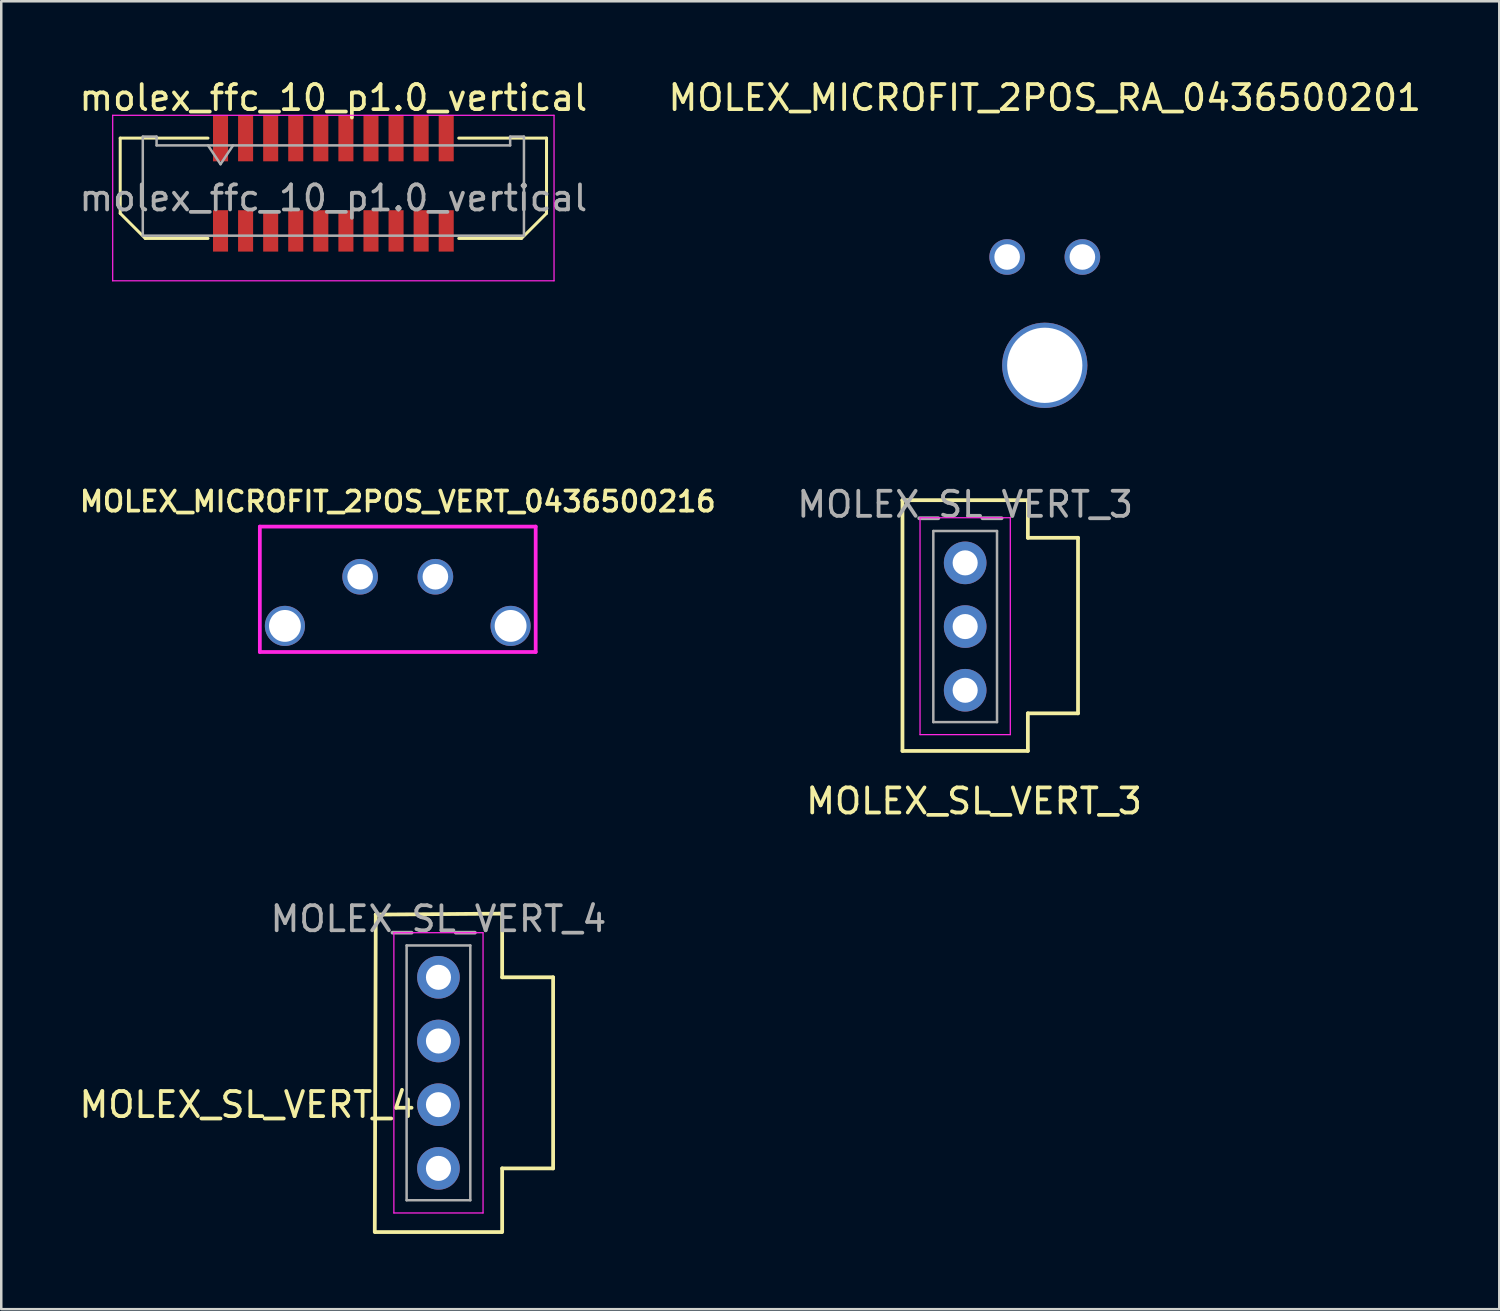
<source format=kicad_pcb>
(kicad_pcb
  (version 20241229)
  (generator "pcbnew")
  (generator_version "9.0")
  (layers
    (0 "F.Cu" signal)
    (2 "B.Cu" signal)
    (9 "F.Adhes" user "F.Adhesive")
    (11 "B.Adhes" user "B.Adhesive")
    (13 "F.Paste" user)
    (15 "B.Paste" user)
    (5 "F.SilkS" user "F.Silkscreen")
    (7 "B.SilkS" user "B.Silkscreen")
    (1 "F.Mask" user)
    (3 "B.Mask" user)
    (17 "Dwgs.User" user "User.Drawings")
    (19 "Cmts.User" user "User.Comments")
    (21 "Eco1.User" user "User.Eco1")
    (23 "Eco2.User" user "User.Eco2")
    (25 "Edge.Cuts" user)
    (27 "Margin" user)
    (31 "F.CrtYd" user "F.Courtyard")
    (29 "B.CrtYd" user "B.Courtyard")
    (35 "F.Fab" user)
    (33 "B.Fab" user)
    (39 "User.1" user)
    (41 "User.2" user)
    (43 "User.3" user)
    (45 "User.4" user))
  (footprint "molex_ffc_10_p1.0_vertical"
    (layer "F.Cu")
    (at 10.244 3.458)
    (property "Reference" "molex_ffc_10_p1.0_vertical" (at 0 -2.61 0) (layer "F.SilkS") (effects (font (size 1 1) (thickness 0.15))))
    (attr smd)
    (fp_line (start -8.5 -1) (end -8.5 2) (stroke (width 0.12) (type solid)) (layer "F.SilkS"))
    (fp_line (start -8.5 2) (end -7.5 3) (stroke (width 0.12) (type solid)) (layer "F.SilkS"))
    (fp_line (start -7.5 3) (end -5 3) (stroke (width 0.12) (type solid)) (layer "F.SilkS"))
    (fp_line (start -5 -1) (end -8.5 -1) (stroke (width 0.12) (type solid)) (layer "F.SilkS"))
    (fp_line (start 5 3) (end 7.5 3) (stroke (width 0.12) (type solid)) (layer "F.SilkS"))
    (fp_line (start 7.5 3) (end 8.5 2) (stroke (width 0.12) (type solid)) (layer "F.SilkS"))
    (fp_line (start 8.5 -1) (end 5 -1) (stroke (width 0.12) (type solid)) (layer "F.SilkS"))
    (fp_line (start 8.5 2) (end 8.5 -1) (stroke (width 0.12) (type solid)) (layer "F.SilkS"))
    (fp_line (start -8.8 -1.91) (end -8.8 4.69) (stroke (width 0.05) (type solid)) (layer "F.CrtYd"))
    (fp_line (start -8.8 4.69) (end 8.8 4.69) (stroke (width 0.05) (type solid)) (layer "F.CrtYd"))
    (fp_line (start 8.8 -1.91) (end -8.8 -1.91) (stroke (width 0.05) (type solid)) (layer "F.CrtYd"))
    (fp_line (start 8.8 4.69) (end 8.8 -1.91) (stroke (width 0.05) (type solid)) (layer "F.CrtYd"))
    (fp_line (start -7.6 -1.06) (end -7.6 2.89) (stroke (width 0.1) (type solid)) (layer "F.Fab"))
    (fp_line (start -7.6 2.89) (end 7.6 2.89) (stroke (width 0.1) (type solid)) (layer "F.Fab"))
    (fp_line (start -7.05 -1.06) (end -7.6 -1.06) (stroke (width 0.1) (type solid)) (layer "F.Fab"))
    (fp_line (start -7.05 -0.71) (end -7.05 -1.06) (stroke (width 0.1) (type solid)) (layer "F.Fab"))
    (fp_line (start -5 -0.71) (end -4.5 0.04) (stroke (width 0.1) (type solid)) (layer "F.Fab"))
    (fp_line (start -4.5 0.04) (end -4 -0.71) (stroke (width 0.1) (type solid)) (layer "F.Fab"))
    (fp_line (start 7.05 -1.06) (end 7.05 -0.71) (stroke (width 0.1) (type solid)) (layer "F.Fab"))
    (fp_line (start 7.05 -0.71) (end -7.05 -0.71) (stroke (width 0.1) (type solid)) (layer "F.Fab"))
    (fp_line (start 7.6 -1.06) (end 7.05 -1.06) (stroke (width 0.1) (type solid)) (layer "F.Fab"))
    (fp_line (start 7.6 2.89) (end 7.6 -1.06) (stroke (width 0.1) (type solid)) (layer "F.Fab"))
    (fp_text user "${REFERENCE}" (at 0 1.39 0) (layer "F.Fab") (effects (font (size 1 1) (thickness 0.15))))
    (pad "1" smd rect (at -4.5 -1) (size 0.6 1.85) (layers "F.Cu" "F.Mask" "F.Paste"))
    (pad "1" smd rect (at -4.5 2.7) (size 0.6 1.65) (layers "F.Cu" "F.Mask" "F.Paste"))
    (pad "2" smd rect (at -3.5 -1) (size 0.6 1.85) (layers "F.Cu" "F.Mask" "F.Paste"))
    (pad "2" smd rect (at -3.5 2.7) (size 0.6 1.65) (layers "F.Cu" "F.Mask" "F.Paste"))
    (pad "3" smd rect (at -2.5 -1) (size 0.6 1.85) (layers "F.Cu" "F.Mask" "F.Paste"))
    (pad "3" smd rect (at -2.5 2.7) (size 0.6 1.65) (layers "F.Cu" "F.Mask" "F.Paste"))
    (pad "4" smd rect (at -1.5 -1) (size 0.6 1.85) (layers "F.Cu" "F.Mask" "F.Paste"))
    (pad "4" smd rect (at -1.5 2.7) (size 0.6 1.65) (layers "F.Cu" "F.Mask" "F.Paste"))
    (pad "5" smd rect (at -0.5 -1) (size 0.6 1.85) (layers "F.Cu" "F.Mask" "F.Paste"))
    (pad "5" smd rect (at -0.5 2.7) (size 0.6 1.65) (layers "F.Cu" "F.Mask" "F.Paste"))
    (pad "6" smd rect (at 0.5 -1) (size 0.6 1.85) (layers "F.Cu" "F.Mask" "F.Paste"))
    (pad "6" smd rect (at 0.5 2.7) (size 0.6 1.65) (layers "F.Cu" "F.Mask" "F.Paste"))
    (pad "7" smd rect (at 1.5 -1) (size 0.6 1.85) (layers "F.Cu" "F.Mask" "F.Paste"))
    (pad "7" smd rect (at 1.5 2.7) (size 0.6 1.65) (layers "F.Cu" "F.Mask" "F.Paste"))
    (pad "8" smd rect (at 2.5 -1) (size 0.6 1.85) (layers "F.Cu" "F.Mask" "F.Paste"))
    (pad "8" smd rect (at 2.5 2.7) (size 0.6 1.65) (layers "F.Cu" "F.Mask" "F.Paste"))
    (pad "9" smd rect (at 3.5 -1) (size 0.6 1.85) (layers "F.Cu" "F.Mask" "F.Paste"))
    (pad "9" smd rect (at 3.5 2.7) (size 0.6 1.65) (layers "F.Cu" "F.Mask" "F.Paste"))
    (pad "10" smd rect (at 4.5 -1) (size 0.6 1.85) (layers "F.Cu" "F.Mask" "F.Paste"))
    (pad "10" smd rect (at 4.5 2.7) (size 0.6 1.65) (layers "F.Cu" "F.Mask" "F.Paste")))
  (footprint "MOLEX_SL_VERT_4"
    (layer "F.Cu")
    (at 14.435 35.923)
    (property "Reference" "MOLEX_SL_VERT_4" (at -7.62 5.08 0) (layer "F.SilkS") (effects (font (size 1 1) (thickness 0.15))))
    (attr through_hole)
    (fp_line (start -2.54 10.16) (end -2.5 -2.5) (stroke (width 0.15) (type solid)) (layer "F.SilkS"))
    (fp_line (start -2.5 -2.5) (end -2.5 -2.5) (stroke (width 0.15) (type solid)) (layer "F.SilkS"))
    (fp_line (start -2.5 -2.5) (end 2.54 -2.54) (stroke (width 0.15) (type solid)) (layer "F.SilkS"))
    (fp_line (start 2.5 10.16) (end -2.5 10.16) (stroke (width 0.15) (type solid)) (layer "F.SilkS"))
    (fp_line (start 2.54 -2.54) (end 2.54 0) (stroke (width 0.15) (type solid)) (layer "F.SilkS"))
    (fp_line (start 2.54 0) (end 4.572 0) (stroke (width 0.15) (type solid)) (layer "F.SilkS"))
    (fp_line (start 2.54 7.62) (end 2.54 10.16) (stroke (width 0.15) (type solid)) (layer "F.SilkS"))
    (fp_line (start 4.572 0) (end 4.572 7.62) (stroke (width 0.15) (type solid)) (layer "F.SilkS"))
    (fp_line (start 4.572 7.62) (end 2.54 7.62) (stroke (width 0.15) (type solid)) (layer "F.SilkS"))
    (fp_line (start -1.778 -1.778) (end -1.778 9.398) (stroke (width 0.05) (type solid)) (layer "F.CrtYd"))
    (fp_line (start -1.778 9.398) (end 1.778 9.398) (stroke (width 0.05) (type solid)) (layer "F.CrtYd"))
    (fp_line (start 1.778 -1.778) (end -1.778 -1.778) (stroke (width 0.05) (type solid)) (layer "F.CrtYd"))
    (fp_line (start 1.778 9.398) (end 1.778 -1.778) (stroke (width 0.05) (type solid)) (layer "F.CrtYd"))
    (fp_line (start -1.27 -1.27) (end -1.27 8.89) (stroke (width 0.1) (type solid)) (layer "F.Fab"))
    (fp_line (start -1.27 8.89) (end 1.27 8.89) (stroke (width 0.1) (type solid)) (layer "F.Fab"))
    (fp_line (start 1.27 -1.27) (end -1.27 -1.27) (stroke (width 0.1) (type solid)) (layer "F.Fab"))
    (fp_line (start 1.27 8.89) (end 1.27 -1.27) (stroke (width 0.1) (type solid)) (layer "F.Fab"))
    (fp_text user "${REFERENCE}" (at 0 -2.33 0) (layer "F.Fab") (effects (font (size 1 1) (thickness 0.15))))
    (pad "1" thru_hole oval (at 0 7.62) (size 1.7 1.7) (drill 1) (layers "*.Cu" "*.Mask"))
    (pad "2" thru_hole oval (at 0 5.08) (size 1.7 1.7) (drill 1) (layers "*.Cu" "*.Mask"))
    (pad "3" thru_hole circle (at 0 2.54) (size 1.7 1.7) (drill 1) (layers "*.Cu" "*.Mask"))
    (pad "4" thru_hole circle (at 0 0) (size 1.7 1.7) (drill 1) (layers "*.Cu" "*.Mask")))
  (footprint "MOLEX_MICROFIT_2POS_VERT_0436500216"
    (layer "F.Cu")
    (at 12.812 19.95)
    (property "Reference" "MOLEX_MICROFIT_2POS_VERT_0436500216" (at 0 -3 0) (layer "F.SilkS") (effects (font (size 0.8 0.8) (thickness 0.15))))
    (attr through_hole)
    (fp_line (start -5.5 -2) (end -5.5 3) (stroke (width 0.15) (type solid)) (layer "F.CrtYd"))
    (fp_line (start -5.5 3) (end 5.5 3) (stroke (width 0.15) (type solid)) (layer "F.CrtYd"))
    (fp_line (start 5.5 -2) (end -5.5 -2) (stroke (width 0.15) (type solid)) (layer "F.CrtYd"))
    (fp_line (start 5.5 3) (end 5.5 -2) (stroke (width 0.15) (type solid)) (layer "F.CrtYd"))
    (pad "1" thru_hole circle (at -1.5 0) (size 1.42 1.42) (drill 1.02) (layers "*.Cu" "*.Mask"))
    (pad "2" thru_hole circle (at 1.5 0) (size 1.42 1.42) (drill 1.02) (layers "*.Cu" "*.Mask"))
    (pad "MNT" thru_hole circle (at -4.5 1.96) (size 1.6 1.6) (drill 1.27) (layers "*.Cu" "*.Mask"))
    (pad "MNT" thru_hole circle (at 4.5 1.96) (size 1.6 1.6) (drill 1.27) (layers "*.Cu" "*.Mask")))
  (footprint "MOLEX_SL_VERT_3"
    (layer "F.Cu")
    (at 35.439 19.396)
    (property "Reference" "MOLEX_SL_VERT_3" (at 0.354 9.5 0) (layer "F.SilkS") (effects (font (size 1 1) (thickness 0.15))))
    (attr through_hole)
    (fp_line (start -2.5 -2.5) (end -2.5 -2.5) (stroke (width 0.15) (type solid)) (layer "F.SilkS"))
    (fp_line (start -2.5 -2.5) (end 2.5 -2.5) (stroke (width 0.15) (type solid)) (layer "F.SilkS"))
    (fp_line (start -2.5 7.5) (end -2.5 -2.5) (stroke (width 0.15) (type solid)) (layer "F.SilkS"))
    (fp_line (start 2.5 -2.5) (end 2.5 -1) (stroke (width 0.15) (type solid)) (layer "F.SilkS"))
    (fp_line (start 2.5 -1) (end 4.5 -1) (stroke (width 0.15) (type solid)) (layer "F.SilkS"))
    (fp_line (start 2.5 6) (end 2.5 7.5) (stroke (width 0.15) (type solid)) (layer "F.SilkS"))
    (fp_line (start 2.5 7.5) (end -2.5 7.5) (stroke (width 0.15) (type solid)) (layer "F.SilkS"))
    (fp_line (start 4.5 -1) (end 4.5 6) (stroke (width 0.15) (type solid)) (layer "F.SilkS"))
    (fp_line (start 4.5 6) (end 2.5 6) (stroke (width 0.15) (type solid)) (layer "F.SilkS"))
    (fp_line (start -1.8 -1.8) (end -1.8 6.85) (stroke (width 0.05) (type solid)) (layer "F.CrtYd"))
    (fp_line (start -1.8 6.85) (end 1.8 6.85) (stroke (width 0.05) (type solid)) (layer "F.CrtYd"))
    (fp_line (start 1.8 -1.8) (end -1.8 -1.8) (stroke (width 0.05) (type solid)) (layer "F.CrtYd"))
    (fp_line (start 1.8 6.85) (end 1.8 -1.8) (stroke (width 0.05) (type solid)) (layer "F.CrtYd"))
    (fp_line (start -1.27 -1.27) (end -1.27 6.35) (stroke (width 0.1) (type solid)) (layer "F.Fab"))
    (fp_line (start -1.27 6.35) (end 1.27 6.35) (stroke (width 0.1) (type solid)) (layer "F.Fab"))
    (fp_line (start 1.27 -1.27) (end -1.27 -1.27) (stroke (width 0.1) (type solid)) (layer "F.Fab"))
    (fp_line (start 1.27 6.35) (end 1.27 -1.27) (stroke (width 0.1) (type solid)) (layer "F.Fab"))
    (fp_text user "${REFERENCE}" (at 0 -2.33 0) (layer "F.Fab") (effects (font (size 1 1) (thickness 0.15))))
    (pad "1" thru_hole oval (at 0 5.08) (size 1.7 1.7) (drill 1) (layers "*.Cu" "*.Mask"))
    (pad "2" thru_hole oval (at 0 2.54) (size 1.7 1.7) (drill 1) (layers "*.Cu" "*.Mask"))
    (pad "3" thru_hole circle (at 0 0) (size 1.7 1.7) (drill 1) (layers "*.Cu" "*.Mask")))
  (footprint "MOLEX_MICROFIT_2POS_RA_0436500201"
    (layer "F.Cu")
    (at 38.613 7.198)
    (property "Reference" "MOLEX_MICROFIT_2POS_RA_0436500201" (at 0 -6.35 0) (layer "F.SilkS") (effects (font (size 1 1) (thickness 0.15))))
    (attr through_hole)
    (pad "1" thru_hole circle (at 1.5 0) (size 1.42 1.42) (drill 1.02) (layers "*.Cu" "*.Mask"))
    (pad "2" thru_hole circle (at -1.5 0) (size 1.42 1.42) (drill 1.02) (layers "*.Cu" "*.Mask"))
    (pad "3" thru_hole circle (at 0 4.32) (size 3.4 3.4) (drill 3) (layers "*.Cu" "*.Mask")))
  (gr_rect
    (start -3 -3)
    (end 56.738 49.158)
    (stroke (width 0.1) (type default))
    (fill no)
    (layer "Edge.Cuts")))
</source>
